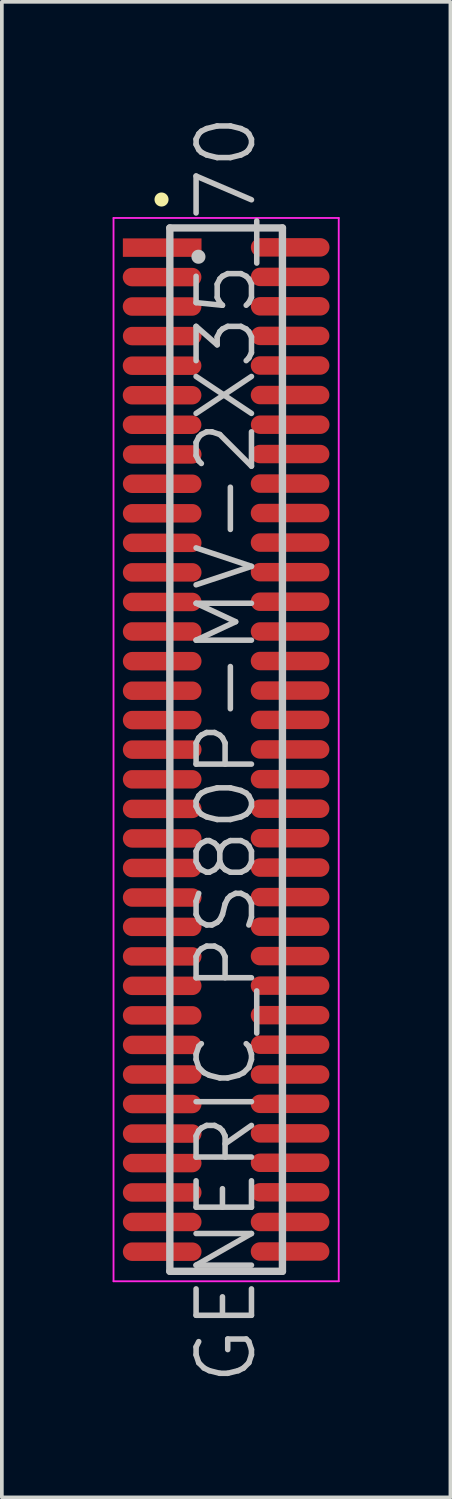
<source format=kicad_pcb>
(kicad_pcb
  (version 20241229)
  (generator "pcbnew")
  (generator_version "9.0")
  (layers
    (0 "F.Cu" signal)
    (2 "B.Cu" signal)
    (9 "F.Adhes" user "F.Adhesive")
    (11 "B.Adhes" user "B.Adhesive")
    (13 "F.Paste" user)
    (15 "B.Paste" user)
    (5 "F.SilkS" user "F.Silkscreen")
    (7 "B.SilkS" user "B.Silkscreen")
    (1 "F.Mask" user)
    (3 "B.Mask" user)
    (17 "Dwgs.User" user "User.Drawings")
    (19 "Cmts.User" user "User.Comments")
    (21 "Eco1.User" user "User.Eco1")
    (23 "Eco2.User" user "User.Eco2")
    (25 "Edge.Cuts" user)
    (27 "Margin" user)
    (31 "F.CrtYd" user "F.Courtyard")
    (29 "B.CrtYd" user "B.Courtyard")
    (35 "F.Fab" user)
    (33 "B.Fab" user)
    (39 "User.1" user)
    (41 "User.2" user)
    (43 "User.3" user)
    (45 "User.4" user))
  (footprint "GENERIC_PS80P-MV-2X35_70"
    (layer "F.Cu")
    (at 3.075 17.254)
    (property "Reference" "GENERIC_PS80P-MV-2X35_70" (at 0 0 90) (layer "Dwgs.User") (effects (font (size 1.5 1.5) (thickness 0.15))))
    (attr smd)
    (fp_line (start -1.75 -14.9) (end -1.75 -14.9) (stroke (width 0.381) (type solid)) (layer "F.SilkS"))
    (fp_line (start -1.525 -14.13) (end -1.525 14.13) (stroke (width 0.2) (type solid)) (layer "Dwgs.User"))
    (fp_line (start -1.525 -14.13) (end 1.525 -14.13) (stroke (width 0.2) (type solid)) (layer "Dwgs.User"))
    (fp_line (start -1.525 14.13) (end 1.525 14.13) (stroke (width 0.2) (type solid)) (layer "Dwgs.User"))
    (fp_line (start -0.75 -13.35) (end -0.75 -13.35) (stroke (width 0.381) (type solid)) (layer "Dwgs.User"))
    (fp_line (start 1.525 -14.13) (end 1.525 14.13) (stroke (width 0.2) (type solid)) (layer "Dwgs.User"))
    (fp_line (start -3.05 -14.4) (end -3.05 14.4) (stroke (width 0.05) (type solid)) (layer "F.CrtYd"))
    (fp_line (start -3.05 -14.4) (end 3.05 -14.4) (stroke (width 0.05) (type solid)) (layer "F.CrtYd"))
    (fp_line (start -3.05 14.4) (end 3.05 14.4) (stroke (width 0.05) (type solid)) (layer "F.CrtYd"))
    (fp_line (start 3.05 -14.4) (end 3.05 14.4) (stroke (width 0.05) (type solid)) (layer "F.CrtYd"))
    (pad "1" smd rect (at -1.732 -13.597 270) (size 0.5 2.13) (layers "F.Cu" "F.Mask" "F.Paste"))
    (pad "2" smd oval (at 1.735 -13.604 270) (size 0.5 2.13) (layers "F.Cu" "F.Mask" "F.Paste"))
    (pad "3" smd oval (at -1.735 -12.799 270) (size 0.5 2.13) (layers "F.Cu" "F.Mask" "F.Paste"))
    (pad "4" smd oval (at 1.735 -12.804 270) (size 0.5 2.13) (layers "F.Cu" "F.Mask" "F.Paste"))
    (pad "5" smd oval (at -1.735 -12.002 270) (size 0.5 2.13) (layers "F.Cu" "F.Mask" "F.Paste"))
    (pad "6" smd oval (at 1.735 -12.007 270) (size 0.5 2.13) (layers "F.Cu" "F.Mask" "F.Paste"))
    (pad "7" smd oval (at -1.732 -11.201 270) (size 0.5 2.13) (layers "F.Cu" "F.Mask" "F.Paste"))
    (pad "8" smd oval (at 1.732 -11.206 270) (size 0.5 2.13) (layers "F.Cu" "F.Mask" "F.Paste"))
    (pad "9" smd oval (at -1.735 -10.399 270) (size 0.5 2.13) (layers "F.Cu" "F.Mask" "F.Paste"))
    (pad "10" smd oval (at 1.732 -10.404 270) (size 0.5 2.13) (layers "F.Cu" "F.Mask" "F.Paste"))
    (pad "11" smd oval (at -1.735 -9.599 270) (size 0.5 2.13) (layers "F.Cu" "F.Mask" "F.Paste"))
    (pad "12" smd oval (at 1.732 -9.604 270) (size 0.5 2.13) (layers "F.Cu" "F.Mask" "F.Paste"))
    (pad "13" smd oval (at -1.735 -8.799 270) (size 0.5 2.13) (layers "F.Cu" "F.Mask" "F.Paste"))
    (pad "14" smd oval (at 1.735 -8.801 270) (size 0.5 2.13) (layers "F.Cu" "F.Mask" "F.Paste"))
    (pad "15" smd oval (at -1.732 -7.996 270) (size 0.5 2.13) (layers "F.Cu" "F.Mask" "F.Paste"))
    (pad "16" smd oval (at 1.732 -8.006 270) (size 0.5 2.13) (layers "F.Cu" "F.Mask" "F.Paste"))
    (pad "17" smd oval (at -1.732 -7.201 270) (size 0.5 2.13) (layers "F.Cu" "F.Mask" "F.Paste"))
    (pad "18" smd oval (at 1.732 -7.206 270) (size 0.5 2.13) (layers "F.Cu" "F.Mask" "F.Paste"))
    (pad "19" smd oval (at -1.732 -6.401 270) (size 0.5 2.13) (layers "F.Cu" "F.Mask" "F.Paste"))
    (pad "20" smd oval (at 1.732 -6.408 270) (size 0.5 2.13) (layers "F.Cu" "F.Mask" "F.Paste"))
    (pad "21" smd oval (at -1.732 -5.601 270) (size 0.5 2.13) (layers "F.Cu" "F.Mask" "F.Paste"))
    (pad "22" smd oval (at 1.732 -5.608 270) (size 0.5 2.13) (layers "F.Cu" "F.Mask" "F.Paste"))
    (pad "23" smd oval (at -1.732 -4.801 270) (size 0.5 2.13) (layers "F.Cu" "F.Mask" "F.Paste"))
    (pad "24" smd oval (at 1.732 -4.806 270) (size 0.5 2.13) (layers "F.Cu" "F.Mask" "F.Paste"))
    (pad "25" smd oval (at -1.732 -4 270) (size 0.5 2.13) (layers "F.Cu" "F.Mask" "F.Paste"))
    (pad "26" smd oval (at 1.732 -4.006 270) (size 0.5 2.13) (layers "F.Cu" "F.Mask" "F.Paste"))
    (pad "27" smd oval (at -1.732 -3.2 270) (size 0.5 2.13) (layers "F.Cu" "F.Mask" "F.Paste"))
    (pad "28" smd oval (at 1.732 -3.2 270) (size 0.5 2.13) (layers "F.Cu" "F.Mask" "F.Paste"))
    (pad "29" smd oval (at -1.732 -2.395 270) (size 0.5 2.13) (layers "F.Cu" "F.Mask" "F.Paste"))
    (pad "30" smd oval (at 1.732 -2.4 270) (size 0.5 2.13) (layers "F.Cu" "F.Mask" "F.Paste"))
    (pad "31" smd oval (at -1.732 -1.595 270) (size 0.5 2.13) (layers "F.Cu" "F.Mask" "F.Paste"))
    (pad "32" smd oval (at 1.732 -1.6 270) (size 0.5 2.13) (layers "F.Cu" "F.Mask" "F.Paste"))
    (pad "33" smd oval (at -1.732 -0.8 270) (size 0.5 2.13) (layers "F.Cu" "F.Mask" "F.Paste"))
    (pad "34" smd oval (at 1.732 -0.805 270) (size 0.5 2.13) (layers "F.Cu" "F.Mask" "F.Paste"))
    (pad "35" smd oval (at -1.732 0 270) (size 0.5 2.13) (layers "F.Cu" "F.Mask" "F.Paste"))
    (pad "36" smd oval (at 1.732 -0.005 270) (size 0.5 2.13) (layers "F.Cu" "F.Mask" "F.Paste"))
    (pad "37" smd oval (at -1.732 0.805 270) (size 0.5 2.13) (layers "F.Cu" "F.Mask" "F.Paste"))
    (pad "38" smd oval (at 1.732 0.8 270) (size 0.5 2.13) (layers "F.Cu" "F.Mask" "F.Paste"))
    (pad "39" smd oval (at -1.732 1.605 270) (size 0.5 2.13) (layers "F.Cu" "F.Mask" "F.Paste"))
    (pad "40" smd oval (at 1.732 1.6 270) (size 0.5 2.13) (layers "F.Cu" "F.Mask" "F.Paste"))
    (pad "41" smd oval (at -1.732 2.405 270) (size 0.5 2.13) (layers "F.Cu" "F.Mask" "F.Paste"))
    (pad "42" smd oval (at 1.732 2.4 270) (size 0.5 2.13) (layers "F.Cu" "F.Mask" "F.Paste"))
    (pad "43" smd oval (at -1.732 3.205 270) (size 0.5 2.13) (layers "F.Cu" "F.Mask" "F.Paste"))
    (pad "44" smd oval (at 1.732 3.195 270) (size 0.5 2.13) (layers "F.Cu" "F.Mask" "F.Paste"))
    (pad "45" smd oval (at -1.732 4.006 270) (size 0.5 2.13) (layers "F.Cu" "F.Mask" "F.Paste"))
    (pad "46" smd oval (at 1.732 3.995 270) (size 0.5 2.13) (layers "F.Cu" "F.Mask" "F.Paste"))
    (pad "47" smd oval (at -1.732 4.801 270) (size 0.5 2.13) (layers "F.Cu" "F.Mask" "F.Paste"))
    (pad "48" smd oval (at 1.732 4.796 270) (size 0.5 2.13) (layers "F.Cu" "F.Mask" "F.Paste"))
    (pad "49" smd oval (at -1.732 5.601 270) (size 0.5 2.13) (layers "F.Cu" "F.Mask" "F.Paste"))
    (pad "50" smd oval (at 1.732 5.593 270) (size 0.5 2.13) (layers "F.Cu" "F.Mask" "F.Paste"))
    (pad "51" smd oval (at -1.732 6.398 270) (size 0.5 2.13) (layers "F.Cu" "F.Mask" "F.Paste"))
    (pad "52" smd oval (at 1.732 6.393 270) (size 0.5 2.13) (layers "F.Cu" "F.Mask" "F.Paste"))
    (pad "53" smd oval (at -1.732 7.198 270) (size 0.5 2.13) (layers "F.Cu" "F.Mask" "F.Paste"))
    (pad "54" smd oval (at 1.732 7.193 270) (size 0.5 2.13) (layers "F.Cu" "F.Mask" "F.Paste"))
    (pad "55" smd oval (at -1.732 7.998 270) (size 0.5 2.13) (layers "F.Cu" "F.Mask" "F.Paste"))
    (pad "56" smd oval (at 1.732 7.993 270) (size 0.5 2.13) (layers "F.Cu" "F.Mask" "F.Paste"))
    (pad "57" smd oval (at -1.732 8.799 270) (size 0.5 2.13) (layers "F.Cu" "F.Mask" "F.Paste"))
    (pad "58" smd oval (at 1.732 8.799 270) (size 0.5 2.13) (layers "F.Cu" "F.Mask" "F.Paste"))
    (pad "59" smd oval (at -1.732 9.599 270) (size 0.5 2.13) (layers "F.Cu" "F.Mask" "F.Paste"))
    (pad "60" smd oval (at 1.732 9.594 270) (size 0.5 2.13) (layers "F.Cu" "F.Mask" "F.Paste"))
    (pad "61" smd oval (at -1.732 10.399 270) (size 0.5 2.13) (layers "F.Cu" "F.Mask" "F.Paste"))
    (pad "62" smd oval (at 1.732 10.394 270) (size 0.5 2.13) (layers "F.Cu" "F.Mask" "F.Paste"))
    (pad "63" smd oval (at -1.732 11.199 270) (size 0.5 2.13) (layers "F.Cu" "F.Mask" "F.Paste"))
    (pad "64" smd oval (at 1.732 11.191 270) (size 0.5 2.13) (layers "F.Cu" "F.Mask" "F.Paste"))
    (pad "65" smd oval (at -1.732 11.994 270) (size 0.5 2.13) (layers "F.Cu" "F.Mask" "F.Paste"))
    (pad "66" smd oval (at 1.732 11.991 270) (size 0.5 2.13) (layers "F.Cu" "F.Mask" "F.Paste"))
    (pad "67" smd oval (at -1.732 12.794 270) (size 0.5 2.13) (layers "F.Cu" "F.Mask" "F.Paste"))
    (pad "68" smd oval (at 1.732 12.794 270) (size 0.5 2.13) (layers "F.Cu" "F.Mask" "F.Paste"))
    (pad "69" smd oval (at -1.732 13.599 270) (size 0.5 2.13) (layers "F.Cu" "F.Mask" "F.Paste"))
    (pad "70" smd oval (at 1.732 13.594 270) (size 0.5 2.13) (layers "F.Cu" "F.Mask" "F.Paste")))
  (gr_rect
    (start -3 -3)
    (end 9.15 37.507)
    (stroke (width 0.1) (type default))
    (fill no)
    (layer "Edge.Cuts")))
</source>
